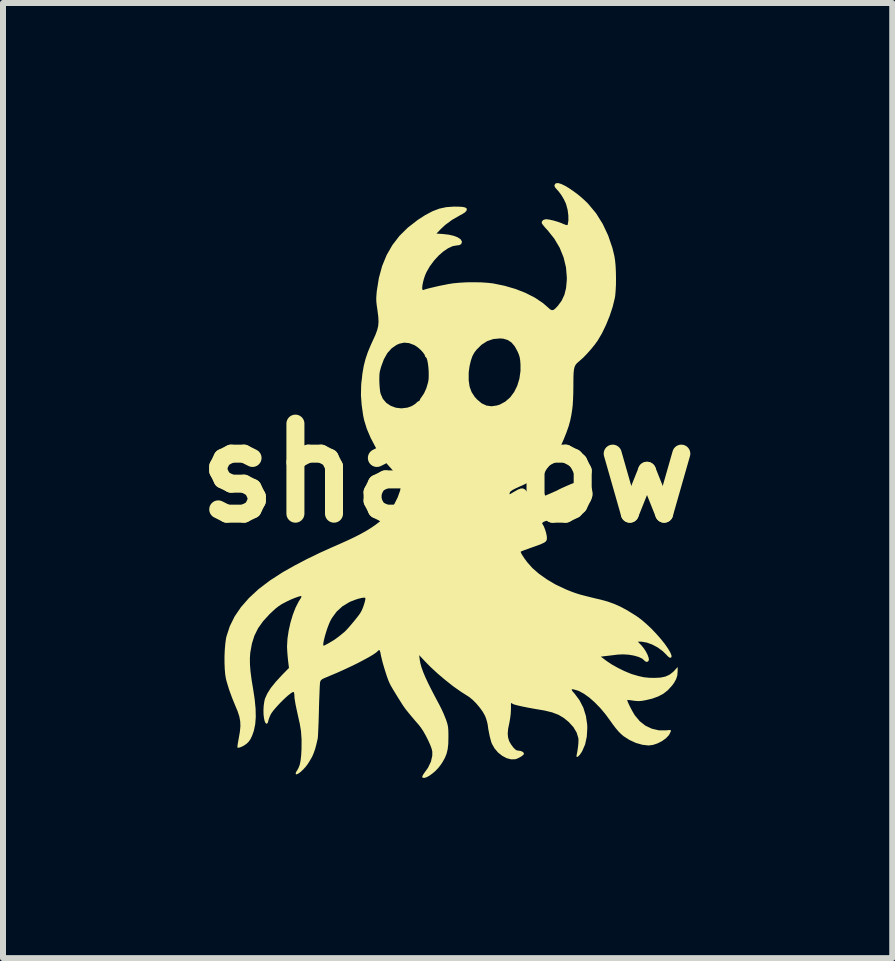
<source format=kicad_pcb>
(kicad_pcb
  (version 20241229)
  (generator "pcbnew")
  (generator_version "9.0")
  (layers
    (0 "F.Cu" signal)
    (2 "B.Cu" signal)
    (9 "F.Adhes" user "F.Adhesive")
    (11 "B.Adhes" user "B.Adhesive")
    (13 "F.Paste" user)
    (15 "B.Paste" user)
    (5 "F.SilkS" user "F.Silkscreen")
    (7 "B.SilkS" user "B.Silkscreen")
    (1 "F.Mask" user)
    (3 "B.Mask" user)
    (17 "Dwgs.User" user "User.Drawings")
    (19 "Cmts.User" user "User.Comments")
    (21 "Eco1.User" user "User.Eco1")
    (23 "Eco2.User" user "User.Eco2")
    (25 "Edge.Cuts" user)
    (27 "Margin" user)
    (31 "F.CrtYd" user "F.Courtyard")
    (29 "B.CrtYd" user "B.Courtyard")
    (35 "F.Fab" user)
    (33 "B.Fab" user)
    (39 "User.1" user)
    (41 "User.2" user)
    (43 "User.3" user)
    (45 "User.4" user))
  (footprint "shadow"
    (layer "F.Cu")
    (at 4.407 4.829)
    (property "Reference" "shadow" (at 0 0 0) (layer "F.SilkS") (effects (font (size 1.5 1.5) (thickness 0.3))))
    (attr board_only exclude_from_pos_files exclude_from_bom)
    (fp_poly (pts (xy 1.892 -4.814) (xy 1.954 -4.785) (xy 2.024 -4.743) (xy 2.1 -4.691) (xy 2.179 -4.632) (xy 2.255 -4.567) (xy 2.327 -4.499) (xy 2.343 -4.482) (xy 2.473 -4.326) (xy 2.583 -4.15) (xy 2.674 -3.957) (xy 2.746 -3.746) (xy 2.778 -3.614) (xy 2.789 -3.544) (xy 2.798 -3.455) (xy 2.803 -3.352) (xy 2.805 -3.244) (xy 2.804 -3.137) (xy 2.799 -3.039) (xy 2.792 -2.955) (xy 2.785 -2.913) (xy 2.75 -2.769) (xy 2.7 -2.617) (xy 2.639 -2.467) (xy 2.571 -2.326) (xy 2.499 -2.204) (xy 2.499 -2.204) (xy 2.449 -2.135) (xy 2.387 -2.059) (xy 2.321 -1.985) (xy 2.256 -1.918) (xy 2.211 -1.878) (xy 2.176 -1.848) (xy 2.148 -1.822) (xy 2.128 -1.795) (xy 2.114 -1.763) (xy 2.105 -1.724) (xy 2.099 -1.671) (xy 2.096 -1.602) (xy 2.095 -1.512) (xy 2.095 -1.443) (xy 2.093 -1.317) (xy 2.089 -1.212) (xy 2.083 -1.121) (xy 2.073 -1.039) (xy 2.06 -0.958) (xy 2.042 -0.872) (xy 2.041 -0.868) (xy 2.016 -0.778) (xy 1.979 -0.673) (xy 1.934 -0.56) (xy 1.884 -0.446) (xy 1.831 -0.338) (xy 1.779 -0.242) (xy 1.73 -0.165) (xy 1.729 -0.163) (xy 1.641 -0.057) (xy 1.534 0.038) (xy 1.406 0.124) (xy 1.254 0.203) (xy 1.203 0.225) (xy 1.129 0.259) (xy 1.079 0.285) (xy 1.049 0.307) (xy 1.038 0.321) (xy 1.031 0.346) (xy 1.031 0.355) (xy 1.044 0.35) (xy 1.072 0.334) (xy 1.108 0.313) (xy 1.171 0.277) (xy 1.219 0.259) (xy 1.256 0.258) (xy 1.288 0.274) (xy 1.295 0.281) (xy 1.318 0.309) (xy 1.346 0.353) (xy 1.37 0.397) (xy 1.393 0.441) (xy 1.408 0.465) (xy 1.42 0.472) (xy 1.435 0.467) (xy 1.441 0.463) (xy 1.464 0.451) (xy 1.507 0.431) (xy 1.563 0.405) (xy 1.627 0.378) (xy 1.633 0.375) (xy 1.697 0.348) (xy 1.752 0.324) (xy 1.794 0.305) (xy 1.818 0.294) (xy 1.819 0.294) (xy 1.862 0.271) (xy 1.92 0.244) (xy 1.987 0.214) (xy 2.055 0.185) (xy 2.119 0.16) (xy 2.172 0.141) (xy 2.207 0.13) (xy 2.209 0.13) (xy 2.253 0.124) (xy 2.283 0.128) (xy 2.315 0.146) (xy 2.317 0.147) (xy 2.37 0.199) (xy 2.404 0.266) (xy 2.416 0.34) (xy 2.413 0.385) (xy 2.399 0.416) (xy 2.377 0.441) (xy 2.354 0.457) (xy 2.314 0.482) (xy 2.261 0.512) (xy 2.203 0.544) (xy 2.144 0.575) (xy 2.093 0.601) (xy 2.053 0.62) (xy 2.035 0.626) (xy 2.02 0.632) (xy 1.987 0.648) (xy 1.941 0.669) (xy 1.912 0.682) (xy 1.845 0.713) (xy 1.772 0.745) (xy 1.706 0.771) (xy 1.695 0.776) (xy 1.635 0.799) (xy 1.598 0.816) (xy 1.579 0.829) (xy 1.575 0.841) (xy 1.582 0.853) (xy 1.582 0.854) (xy 1.602 0.888) (xy 1.622 0.938) (xy 1.64 0.995) (xy 1.651 1.048) (xy 1.654 1.077) (xy 1.653 1.104) (xy 1.647 1.125) (xy 1.633 1.143) (xy 1.608 1.161) (xy 1.568 1.18) (xy 1.51 1.203) (xy 1.43 1.232) (xy 1.409 1.239) (xy 1.343 1.263) (xy 1.286 1.283) (xy 1.245 1.299) (xy 1.222 1.308) (xy 1.219 1.309) (xy 1.22 1.326) (xy 1.239 1.362) (xy 1.276 1.419) (xy 1.326 1.487) (xy 1.412 1.584) (xy 1.522 1.68) (xy 1.652 1.772) (xy 1.797 1.858) (xy 1.955 1.933) (xy 2.015 1.958) (xy 2.066 1.978) (xy 2.112 1.995) (xy 2.16 2.011) (xy 2.212 2.027) (xy 2.273 2.043) (xy 2.348 2.062) (xy 2.441 2.085) (xy 2.544 2.109) (xy 2.662 2.141) (xy 2.774 2.181) (xy 2.884 2.23) (xy 3 2.293) (xy 3.127 2.372) (xy 3.144 2.383) (xy 3.223 2.44) (xy 3.305 2.51) (xy 3.39 2.589) (xy 3.472 2.675) (xy 3.549 2.762) (xy 3.617 2.847) (xy 3.672 2.926) (xy 3.712 2.995) (xy 3.729 3.039) (xy 3.73 3.067) (xy 3.716 3.078) (xy 3.693 3.075) (xy 3.662 3.048) (xy 3.651 3.035) (xy 3.583 2.968) (xy 3.501 2.908) (xy 3.41 2.859) (xy 3.319 2.826) (xy 3.234 2.811) (xy 3.22 2.811) (xy 3.169 2.811) (xy 3.23 2.874) (xy 3.269 2.922) (xy 3.305 2.978) (xy 3.333 3.034) (xy 3.35 3.084) (xy 3.353 3.116) (xy 3.339 3.141) (xy 3.313 3.148) (xy 3.287 3.135) (xy 3.28 3.127) (xy 3.242 3.093) (xy 3.182 3.065) (xy 3.106 3.043) (xy 3.019 3.028) (xy 2.926 3.022) (xy 2.831 3.026) (xy 2.818 3.028) (xy 2.753 3.036) (xy 2.686 3.044) (xy 2.632 3.05) (xy 2.631 3.05) (xy 2.552 3.06) (xy 2.651 3.134) (xy 2.736 3.191) (xy 2.838 3.248) (xy 2.946 3.301) (xy 3.05 3.344) (xy 3.076 3.353) (xy 3.178 3.383) (xy 3.267 3.403) (xy 3.356 3.412) (xy 3.444 3.414) (xy 3.546 3.409) (xy 3.628 3.392) (xy 3.696 3.361) (xy 3.756 3.315) (xy 3.777 3.293) (xy 3.832 3.233) (xy 3.832 3.306) (xy 3.826 3.374) (xy 3.806 3.436) (xy 3.77 3.5) (xy 3.738 3.543) (xy 3.67 3.618) (xy 3.595 3.677) (xy 3.509 3.723) (xy 3.407 3.76) (xy 3.301 3.785) (xy 3.234 3.797) (xy 3.179 3.801) (xy 3.123 3.797) (xy 3.093 3.793) (xy 3.045 3.786) (xy 3.009 3.782) (xy 2.993 3.781) (xy 2.993 3.781) (xy 2.995 3.797) (xy 3.008 3.83) (xy 3.029 3.875) (xy 3.055 3.926) (xy 3.083 3.978) (xy 3.111 4.025) (xy 3.122 4.042) (xy 3.201 4.136) (xy 3.295 4.21) (xy 3.401 4.26) (xy 3.516 4.287) (xy 3.636 4.288) (xy 3.639 4.288) (xy 3.686 4.283) (xy 3.711 4.283) (xy 3.72 4.289) (xy 3.718 4.303) (xy 3.716 4.31) (xy 3.688 4.366) (xy 3.638 4.419) (xy 3.572 4.467) (xy 3.497 4.505) (xy 3.419 4.531) (xy 3.345 4.54) (xy 3.243 4.528) (xy 3.135 4.497) (xy 3.029 4.448) (xy 2.931 4.385) (xy 2.888 4.348) (xy 2.847 4.307) (xy 2.799 4.25) (xy 2.75 4.186) (xy 2.712 4.132) (xy 2.63 4.02) (xy 2.542 3.915) (xy 2.45 3.821) (xy 2.358 3.74) (xy 2.269 3.677) (xy 2.188 3.633) (xy 2.153 3.621) (xy 2.1 3.606) (xy 2.071 3.603) (xy 2.066 3.613) (xy 2.082 3.639) (xy 2.115 3.676) (xy 2.197 3.786) (xy 2.261 3.911) (xy 2.304 4.049) (xy 2.325 4.194) (xy 2.327 4.247) (xy 2.318 4.395) (xy 2.29 4.523) (xy 2.242 4.634) (xy 2.23 4.654) (xy 2.201 4.696) (xy 2.175 4.722) (xy 2.155 4.732) (xy 2.146 4.722) (xy 2.149 4.7) (xy 2.161 4.639) (xy 2.171 4.572) (xy 2.178 4.507) (xy 2.18 4.452) (xy 2.178 4.419) (xy 2.149 4.324) (xy 2.096 4.235) (xy 2.018 4.149) (xy 1.936 4.082) (xy 1.847 4.029) (xy 1.739 3.988) (xy 1.61 3.957) (xy 1.593 3.954) (xy 1.468 3.933) (xy 1.357 3.913) (xy 1.261 3.894) (xy 1.184 3.877) (xy 1.127 3.863) (xy 1.095 3.852) (xy 1.093 3.851) (xy 1.055 3.831) (xy 1.055 3.94) (xy 1.051 4.011) (xy 1.041 4.092) (xy 1.028 4.165) (xy 1.008 4.262) (xy 1.001 4.341) (xy 1.007 4.406) (xy 1.024 4.463) (xy 1.033 4.482) (xy 1.062 4.53) (xy 1.095 4.574) (xy 1.127 4.606) (xy 1.152 4.622) (xy 1.155 4.622) (xy 1.22 4.632) (xy 1.258 4.65) (xy 1.272 4.677) (xy 1.273 4.678) (xy 1.261 4.696) (xy 1.233 4.719) (xy 1.194 4.742) (xy 1.153 4.761) (xy 1.127 4.769) (xy 1.057 4.771) (xy 0.982 4.751) (xy 0.909 4.712) (xy 0.84 4.657) (xy 0.782 4.589) (xy 0.738 4.512) (xy 0.725 4.477) (xy 0.7 4.382) (xy 0.678 4.27) (xy 0.667 4.19) (xy 0.655 4.138) (xy 0.636 4.078) (xy 0.62 4.04) (xy 0.585 3.978) (xy 0.536 3.91) (xy 0.48 3.843) (xy 0.422 3.784) (xy 0.368 3.739) (xy 0.348 3.725) (xy 0.228 3.649) (xy 0.097 3.557) (xy -0.036 3.452) (xy -0.166 3.342) (xy -0.287 3.23) (xy -0.367 3.149) (xy -0.474 3.035) (xy -0.465 3.11) (xy -0.454 3.171) (xy -0.435 3.239) (xy -0.407 3.317) (xy -0.369 3.407) (xy -0.32 3.512) (xy -0.259 3.633) (xy -0.185 3.774) (xy -0.139 3.86) (xy -0.104 3.929) (xy -0.067 4.009) (xy -0.037 4.084) (xy -0.031 4.098) (xy -0.013 4.15) (xy -0.001 4.192) (xy 0.007 4.233) (xy 0.011 4.279) (xy 0.013 4.339) (xy 0.013 4.403) (xy 0.011 4.511) (xy 0.001 4.6) (xy -0.017 4.676) (xy -0.046 4.748) (xy -0.088 4.822) (xy -0.113 4.859) (xy -0.155 4.914) (xy -0.204 4.965) (xy -0.257 5.01) (xy -0.308 5.046) (xy -0.355 5.071) (xy -0.393 5.081) (xy -0.418 5.075) (xy -0.422 5.07) (xy -0.421 5.05) (xy -0.405 5.021) (xy -0.403 5.018) (xy -0.327 4.911) (xy -0.278 4.809) (xy -0.256 4.712) (xy -0.255 4.644) (xy -0.266 4.595) (xy -0.29 4.53) (xy -0.324 4.455) (xy -0.363 4.378) (xy -0.405 4.303) (xy -0.448 4.239) (xy -0.482 4.195) (xy -0.54 4.129) (xy -0.599 4.059) (xy -0.653 3.994) (xy -0.697 3.939) (xy -0.716 3.913) (xy -0.746 3.87) (xy -0.784 3.81) (xy -0.827 3.742) (xy -0.871 3.67) (xy -0.912 3.603) (xy -0.945 3.546) (xy -0.963 3.511) (xy -0.985 3.462) (xy -1.01 3.394) (xy -1.036 3.314) (xy -1.062 3.229) (xy -1.086 3.145) (xy -1.104 3.071) (xy -1.112 3.034) (xy -1.122 2.983) (xy -1.132 2.956) (xy -1.144 2.95) (xy -1.159 2.962) (xy -1.163 2.967) (xy -1.194 2.994) (xy -1.246 3.029) (xy -1.318 3.072) (xy -1.405 3.119) (xy -1.504 3.171) (xy -1.613 3.224) (xy -1.729 3.278) (xy -1.847 3.331) (xy -1.966 3.381) (xy -2.003 3.397) (xy -2.057 3.419) (xy -2.092 3.437) (xy -2.111 3.454) (xy -2.121 3.473) (xy -2.124 3.483) (xy -2.127 3.507) (xy -2.13 3.554) (xy -2.133 3.622) (xy -2.136 3.705) (xy -2.14 3.801) (xy -2.143 3.905) (xy -2.144 3.954) (xy -2.147 4.062) (xy -2.15 4.162) (xy -2.154 4.251) (xy -2.157 4.325) (xy -2.16 4.382) (xy -2.163 4.416) (xy -2.164 4.424) (xy -2.187 4.523) (xy -2.208 4.601) (xy -2.231 4.667) (xy -2.256 4.725) (xy -2.289 4.783) (xy -2.329 4.847) (xy -2.33 4.849) (xy -2.365 4.895) (xy -2.405 4.939) (xy -2.446 4.978) (xy -2.484 5.006) (xy -2.513 5.021) (xy -2.527 5.019) (xy -2.532 5) (xy -2.517 4.969) (xy -2.511 4.962) (xy -2.485 4.916) (xy -2.464 4.862) (xy -2.45 4.794) (xy -2.44 4.708) (xy -2.434 4.601) (xy -2.433 4.441) (xy -2.443 4.299) (xy -2.465 4.167) (xy -2.469 4.152) (xy -2.496 4.031) (xy -2.517 3.934) (xy -2.533 3.858) (xy -2.543 3.799) (xy -2.55 3.755) (xy -2.552 3.723) (xy -2.552 3.717) (xy -2.555 3.679) (xy -2.561 3.653) (xy -2.565 3.649) (xy -2.583 3.652) (xy -2.616 3.673) (xy -2.659 3.707) (xy -2.709 3.752) (xy -2.762 3.803) (xy -2.815 3.858) (xy -2.864 3.912) (xy -2.906 3.962) (xy -2.937 4.005) (xy -2.947 4.022) (xy -2.968 4.069) (xy -2.984 4.116) (xy -2.987 4.131) (xy -2.998 4.165) (xy -3.014 4.179) (xy -3.015 4.179) (xy -3.034 4.166) (xy -3.049 4.132) (xy -3.06 4.08) (xy -3.067 4.017) (xy -3.068 3.947) (xy -3.064 3.876) (xy -3.054 3.808) (xy -3.043 3.761) (xy -3.006 3.678) (xy -2.946 3.582) (xy -2.86 3.476) (xy -2.753 3.36) (xy -2.643 3.248) (xy -2.659 3.119) (xy -2.666 3.046) (xy -2.672 2.967) (xy -2.675 2.898) (xy -2.675 2.883) (xy -2.674 2.867) (xy -2.072 2.867) (xy -2.066 2.879) (xy -2.066 2.879) (xy -2.05 2.872) (xy -2.017 2.855) (xy -1.973 2.831) (xy -1.96 2.823) (xy -1.909 2.793) (xy -1.863 2.762) (xy -1.813 2.725) (xy -1.754 2.677) (xy -1.718 2.648) (xy -1.692 2.622) (xy -1.654 2.581) (xy -1.609 2.529) (xy -1.562 2.473) (xy -1.517 2.417) (xy -1.479 2.368) (xy -1.453 2.331) (xy -1.453 2.33) (xy -1.431 2.291) (xy -1.41 2.241) (xy -1.392 2.189) (xy -1.378 2.14) (xy -1.37 2.102) (xy -1.372 2.081) (xy -1.372 2.08) (xy -1.393 2.077) (xy -1.432 2.082) (xy -1.485 2.095) (xy -1.544 2.114) (xy -1.604 2.137) (xy -1.639 2.153) (xy -1.753 2.222) (xy -1.851 2.312) (xy -1.929 2.419) (xy -1.957 2.471) (xy -1.981 2.527) (xy -2.005 2.591) (xy -2.027 2.659) (xy -2.046 2.725) (xy -2.061 2.785) (xy -2.07 2.834) (xy -2.072 2.867) (xy -2.674 2.867) (xy -2.668 2.759) (xy -2.648 2.627) (xy -2.618 2.492) (xy -2.579 2.362) (xy -2.533 2.243) (xy -2.481 2.141) (xy -2.454 2.099) (xy -2.438 2.071) (xy -2.434 2.054) (xy -2.434 2.053) (xy -2.453 2.052) (xy -2.49 2.062) (xy -2.543 2.081) (xy -2.605 2.106) (xy -2.673 2.138) (xy -2.708 2.156) (xy -2.768 2.188) (xy -2.82 2.223) (xy -2.872 2.264) (xy -2.93 2.318) (xy -2.969 2.355) (xy -3.075 2.471) (xy -3.158 2.588) (xy -3.219 2.711) (xy -3.261 2.845) (xy -3.288 2.996) (xy -3.294 3.086) (xy -3.293 3.188) (xy -3.284 3.306) (xy -3.266 3.443) (xy -3.241 3.594) (xy -3.214 3.772) (xy -3.199 3.929) (xy -3.196 4.065) (xy -3.205 4.184) (xy -3.226 4.286) (xy -3.23 4.301) (xy -3.257 4.377) (xy -3.284 4.434) (xy -3.315 4.478) (xy -3.347 4.509) (xy -3.383 4.535) (xy -3.424 4.558) (xy -3.463 4.573) (xy -3.492 4.578) (xy -3.501 4.575) (xy -3.502 4.56) (xy -3.498 4.523) (xy -3.489 4.471) (xy -3.48 4.421) (xy -3.461 4.312) (xy -3.452 4.22) (xy -3.455 4.138) (xy -3.47 4.058) (xy -3.498 3.971) (xy -3.539 3.873) (xy -3.592 3.743) (xy -3.641 3.608) (xy -3.68 3.479) (xy -3.693 3.43) (xy -3.705 3.358) (xy -3.713 3.265) (xy -3.717 3.16) (xy -3.717 3.049) (xy -3.712 2.94) (xy -3.703 2.838) (xy -3.691 2.752) (xy -3.684 2.722) (xy -3.629 2.554) (xy -3.548 2.39) (xy -3.441 2.233) (xy -3.307 2.081) (xy -3.148 1.934) (xy -2.961 1.792) (xy -2.749 1.655) (xy -2.737 1.648) (xy -2.551 1.543) (xy -2.349 1.437) (xy -2.139 1.335) (xy -1.94 1.245) (xy -1.783 1.176) (xy -1.648 1.115) (xy -1.533 1.06) (xy -1.433 1.008) (xy -1.346 0.959) (xy -1.268 0.91) (xy -1.196 0.86) (xy -1.132 0.811) (xy -1.043 0.728) (xy -0.961 0.629) (xy -0.889 0.52) (xy -0.832 0.407) (xy -0.792 0.295) (xy -0.774 0.199) (xy -0.766 0.108) (xy -0.894 -0.021) (xy -1.004 -0.144) (xy -1.108 -0.282) (xy -1.201 -0.43) (xy -1.281 -0.582) (xy -1.346 -0.734) (xy -1.391 -0.88) (xy -1.407 -0.956) (xy -1.432 -1.132) (xy -1.444 -1.292) (xy -1.441 -1.444) (xy -1.437 -1.506) (xy -1.428 -1.575) (xy -1.138 -1.575) (xy -1.137 -1.501) (xy -1.132 -1.427) (xy -1.125 -1.361) (xy -1.115 -1.316) (xy -1.079 -1.235) (xy -1.022 -1.168) (xy -0.949 -1.119) (xy -0.863 -1.087) (xy -0.77 -1.076) (xy -0.672 -1.088) (xy -0.667 -1.089) (xy -0.6 -1.113) (xy -0.544 -1.147) (xy -0.52 -1.169) (xy -0.496 -1.19) (xy -0.479 -1.198) (xy -0.464 -1.209) (xy -0.463 -1.214) (xy -0.455 -1.236) (xy -0.436 -1.262) (xy -0.393 -1.326) (xy -0.355 -1.41) (xy -0.327 -1.505) (xy -0.323 -1.525) (xy -0.32 -1.542) (xy 0.351 -1.542) (xy 0.366 -1.438) (xy 0.399 -1.348) (xy 0.45 -1.269) (xy 0.49 -1.225) (xy 0.567 -1.16) (xy 0.646 -1.123) (xy 0.73 -1.111) (xy 0.821 -1.124) (xy 0.869 -1.139) (xy 0.96 -1.188) (xy 1.041 -1.258) (xy 1.108 -1.348) (xy 1.16 -1.453) (xy 1.196 -1.572) (xy 1.214 -1.7) (xy 1.214 -1.804) (xy 1.209 -1.874) (xy 1.2 -1.929) (xy 1.185 -1.977) (xy 1.166 -2.021) (xy 1.118 -2.11) (xy 1.063 -2.174) (xy 1.001 -2.215) (xy 0.926 -2.237) (xy 0.874 -2.241) (xy 0.762 -2.231) (xy 0.659 -2.196) (xy 0.565 -2.136) (xy 0.479 -2.05) (xy 0.444 -2.004) (xy 0.413 -1.947) (xy 0.387 -1.871) (xy 0.366 -1.783) (xy 0.353 -1.69) (xy 0.351 -1.666) (xy 0.351 -1.542) (xy -0.32 -1.542) (xy -0.316 -1.573) (xy -0.315 -1.633) (xy -0.316 -1.699) (xy -0.321 -1.766) (xy -0.329 -1.827) (xy -0.339 -1.878) (xy -0.35 -1.913) (xy -0.362 -1.926) (xy -0.362 -1.926) (xy -0.374 -1.937) (xy -0.374 -1.942) (xy -0.385 -1.972) (xy -0.413 -2.011) (xy -0.452 -2.053) (xy -0.498 -2.093) (xy -0.545 -2.125) (xy -0.557 -2.131) (xy -0.642 -2.163) (xy -0.723 -2.171) (xy -0.803 -2.154) (xy -0.851 -2.133) (xy -0.933 -2.076) (xy -1.004 -1.997) (xy -1.062 -1.894) (xy -1.109 -1.767) (xy -1.13 -1.688) (xy -1.136 -1.641) (xy -1.138 -1.575) (xy -1.428 -1.575) (xy -1.42 -1.652) (xy -1.398 -1.781) (xy -1.368 -1.899) (xy -1.329 -2.014) (xy -1.278 -2.136) (xy -1.243 -2.212) (xy -1.202 -2.302) (xy -1.174 -2.378) (xy -1.157 -2.447) (xy -1.151 -2.518) (xy -1.155 -2.599) (xy -1.167 -2.695) (xy -1.171 -2.725) (xy -1.182 -2.8) (xy -1.188 -2.86) (xy -1.189 -2.914) (xy -1.185 -2.973) (xy -1.18 -3.032) (xy -1.145 -3.249) (xy -1.091 -3.448) (xy -1.016 -3.63) (xy -0.92 -3.797) (xy -0.803 -3.949) (xy -0.662 -4.088) (xy -0.497 -4.216) (xy -0.376 -4.294) (xy -0.254 -4.359) (xy -0.139 -4.403) (xy -0.023 -4.428) (xy 0.102 -4.437) (xy 0.102 -4.437) (xy 0.188 -4.436) (xy 0.25 -4.432) (xy 0.29 -4.423) (xy 0.313 -4.411) (xy 0.32 -4.393) (xy 0.32 -4.392) (xy 0.313 -4.367) (xy 0.29 -4.342) (xy 0.247 -4.314) (xy 0.197 -4.287) (xy 0.074 -4.216) (xy -0.039 -4.133) (xy -0.113 -4.064) (xy -0.186 -3.988) (xy -0.072 -3.98) (xy 0.022 -3.969) (xy 0.104 -3.95) (xy 0.168 -3.925) (xy 0.214 -3.895) (xy 0.236 -3.861) (xy 0.238 -3.848) (xy 0.227 -3.814) (xy 0.193 -3.795) (xy 0.156 -3.791) (xy 0.086 -3.779) (xy 0.009 -3.744) (xy -0.07 -3.691) (xy -0.15 -3.621) (xy -0.226 -3.538) (xy -0.295 -3.445) (xy -0.353 -3.345) (xy -0.353 -3.345) (xy -0.376 -3.291) (xy -0.395 -3.234) (xy -0.41 -3.177) (xy -0.42 -3.124) (xy -0.424 -3.082) (xy -0.42 -3.054) (xy -0.409 -3.046) (xy -0.403 -3.048) (xy -0.38 -3.057) (xy -0.335 -3.07) (xy -0.274 -3.085) (xy -0.203 -3.102) (xy -0.127 -3.119) (xy -0.051 -3.134) (xy 0.019 -3.148) (xy 0.077 -3.157) (xy 0.088 -3.159) (xy 0.195 -3.169) (xy 0.315 -3.176) (xy 0.441 -3.177) (xy 0.564 -3.175) (xy 0.675 -3.167) (xy 0.755 -3.158) (xy 0.95 -3.118) (xy 1.134 -3.064) (xy 1.303 -2.997) (xy 1.456 -2.919) (xy 1.588 -2.83) (xy 1.669 -2.76) (xy 1.706 -2.727) (xy 1.735 -2.712) (xy 1.762 -2.715) (xy 1.793 -2.738) (xy 1.834 -2.782) (xy 1.835 -2.782) (xy 1.899 -2.869) (xy 1.945 -2.967) (xy 1.973 -3.08) (xy 1.985 -3.211) (xy 1.986 -3.253) (xy 1.972 -3.424) (xy 1.932 -3.59) (xy 1.867 -3.751) (xy 1.777 -3.903) (xy 1.664 -4.045) (xy 1.653 -4.056) (xy 1.616 -4.097) (xy 1.587 -4.133) (xy 1.57 -4.158) (xy 1.568 -4.161) (xy 1.57 -4.19) (xy 1.593 -4.214) (xy 1.63 -4.226) (xy 1.643 -4.227) (xy 1.693 -4.221) (xy 1.76 -4.206) (xy 1.833 -4.185) (xy 1.903 -4.159) (xy 1.921 -4.151) (xy 1.967 -4.133) (xy 1.993 -4.129) (xy 2 -4.135) (xy 2.012 -4.206) (xy 2.011 -4.291) (xy 1.999 -4.383) (xy 1.975 -4.472) (xy 1.971 -4.485) (xy 1.938 -4.556) (xy 1.895 -4.629) (xy 1.847 -4.693) (xy 1.819 -4.723) (xy 1.786 -4.762) (xy 1.779 -4.795) (xy 1.797 -4.821) (xy 1.809 -4.827) (xy 1.843 -4.829)) (stroke (width 0) (type solid)) (fill yes) (layer "F.SilkS")))
  (gr_rect
    (start -3 -3)
    (end 11.814 12.911)
    (stroke (width 0.1) (type default))
    (fill no)
    (layer "Edge.Cuts")))
</source>
